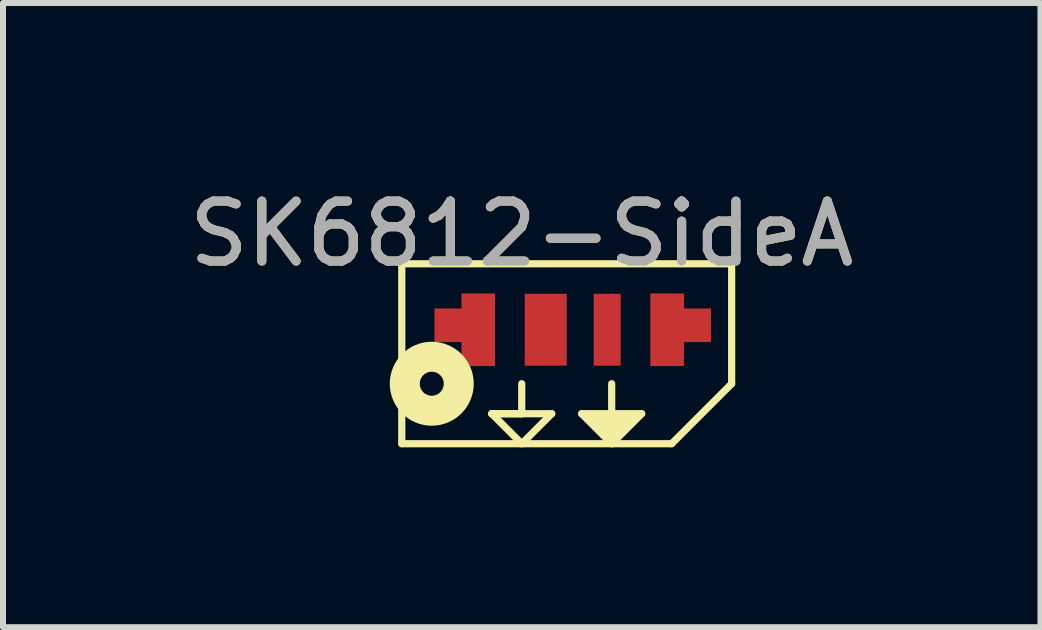
<source format=kicad_pcb>
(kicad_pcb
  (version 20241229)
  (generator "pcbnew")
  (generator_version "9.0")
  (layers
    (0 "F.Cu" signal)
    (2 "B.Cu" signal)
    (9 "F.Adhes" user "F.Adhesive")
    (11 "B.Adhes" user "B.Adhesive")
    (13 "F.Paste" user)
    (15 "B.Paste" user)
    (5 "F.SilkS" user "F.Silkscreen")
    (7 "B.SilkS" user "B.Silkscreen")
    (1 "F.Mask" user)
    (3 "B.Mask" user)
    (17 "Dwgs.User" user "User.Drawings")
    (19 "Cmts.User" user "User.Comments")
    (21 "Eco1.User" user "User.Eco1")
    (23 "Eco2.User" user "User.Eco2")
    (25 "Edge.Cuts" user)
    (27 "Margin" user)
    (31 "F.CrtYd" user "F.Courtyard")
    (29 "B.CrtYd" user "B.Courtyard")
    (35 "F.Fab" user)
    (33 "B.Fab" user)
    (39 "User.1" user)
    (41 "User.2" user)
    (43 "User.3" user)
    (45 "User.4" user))
  (footprint "SK6812-SideA"
    (layer "F.Cu")
    (at 4.649 1.848)
    (property "Reference" "SK6812-SideA" (at 1 -1 0) (unlocked yes) (layer "F.SilkS") (effects (font (size 1 1) (thickness 0.15))))
    (attr through_hole)
    (fp_line (start -1 -0.5) (end 4.5 -0.5) (stroke (width 0.12) (type solid)) (layer "F.SilkS"))
    (fp_line (start -1 2.5) (end -1 -0.5) (stroke (width 0.12) (type solid)) (layer "F.SilkS"))
    (fp_line (start 0.5 2) (end 1 2) (stroke (width 0.12) (type solid)) (layer "F.SilkS"))
    (fp_line (start 0.5 2) (end 1 2.5) (stroke (width 0.12) (type solid)) (layer "F.SilkS"))
    (fp_line (start 1 2) (end 1 1.5) (stroke (width 0.12) (type solid)) (layer "F.SilkS"))
    (fp_line (start 1 2.5) (end 1.5 2) (stroke (width 0.12) (type solid)) (layer "F.SilkS"))
    (fp_line (start 1.5 2) (end 0.5 2) (stroke (width 0.12) (type solid)) (layer "F.SilkS"))
    (fp_line (start 2 2) (end 2.5 2.5) (stroke (width 0.12) (type solid)) (layer "F.SilkS"))
    (fp_line (start 2.5 1.5) (end 2.5 2) (stroke (width 0.12) (type solid)) (layer "F.SilkS"))
    (fp_line (start 2.5 2) (end 2 2) (stroke (width 0.12) (type solid)) (layer "F.SilkS"))
    (fp_line (start 2.5 2.5) (end 3 2) (stroke (width 0.12) (type solid)) (layer "F.SilkS"))
    (fp_line (start 3 2) (end 2.5 2) (stroke (width 0.12) (type solid)) (layer "F.SilkS"))
    (fp_line (start 3.5 2.5) (end -1 2.5) (stroke (width 0.12) (type solid)) (layer "F.SilkS"))
    (fp_line (start 4.5 -0.5) (end 4.5 1.5) (stroke (width 0.12) (type solid)) (layer "F.SilkS"))
    (fp_line (start 4.5 1.5) (end 3.5 2.5) (stroke (width 0.12) (type solid)) (layer "F.SilkS"))
    (fp_circle (center -0.5 1.5) (end -0.3 1.5) (stroke (width 0.5) (type solid)) (fill no) (layer "F.SilkS"))
    (fp_poly (pts (xy 2.5 2.5) (xy 2 2) (xy 3 2)) (stroke (width 0.1) (type solid)) (fill yes) (layer "F.SilkS"))
    (fp_text user "${REFERENCE}" (at 1 -1 0) (unlocked yes) (layer "F.Fab") (effects (font (size 1 1) (thickness 0.15))))
    (pad "1" smd custom (at 0 0.5) (size 0.01 0.01) (layers "F.Cu" "F.Mask" "F.Paste") (options (anchor rect)) (primitives (gr_poly (pts (xy 0 -0.5) (xy 0.55 -0.5) (xy 0.55 0.7) (xy 0 0.7) (xy 0 0.3) (xy -0.45 0.3) (xy -0.45 -0.25) (xy 0 -0.25)) (width 0.01) (fill yes))))
    (pad "2" smd rect (at 1.4 0.6) (size 0.7 1.2) (layers "F.Cu" "F.Mask" "F.Paste"))
    (pad "3" smd rect (at 2.425 0.6) (size 0.45 1.2) (layers "F.Cu" "F.Mask" "F.Paste"))
    (pad "4" smd custom (at 3.65 0.5) (size 0.01 0.01) (layers "F.Cu" "F.Mask" "F.Paste") (options (anchor rect)) (primitives (gr_poly (pts (xy -0.5 -0.5) (xy 0.05 -0.5) (xy 0.05 -0.25) (xy 0.5 -0.25) (xy 0.5 0.3) (xy 0.05 0.3) (xy 0.05 0.7) (xy -0.5 0.7)) (width 0.01) (fill yes)))))
  (gr_rect
    (start -3 -3)
    (end 14.298 7.408)
    (stroke (width 0.1) (type default))
    (fill no)
    (layer "Edge.Cuts")))
</source>
